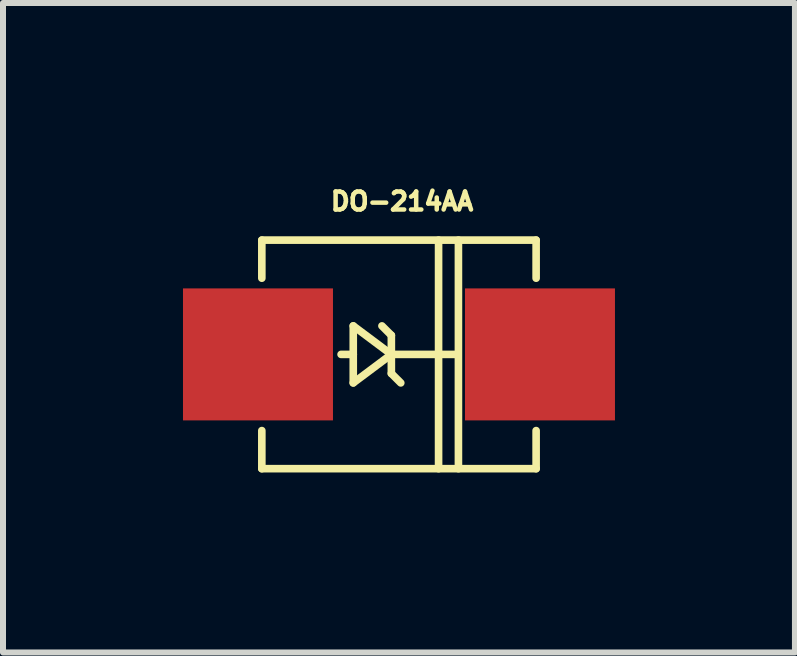
<source format=kicad_pcb>
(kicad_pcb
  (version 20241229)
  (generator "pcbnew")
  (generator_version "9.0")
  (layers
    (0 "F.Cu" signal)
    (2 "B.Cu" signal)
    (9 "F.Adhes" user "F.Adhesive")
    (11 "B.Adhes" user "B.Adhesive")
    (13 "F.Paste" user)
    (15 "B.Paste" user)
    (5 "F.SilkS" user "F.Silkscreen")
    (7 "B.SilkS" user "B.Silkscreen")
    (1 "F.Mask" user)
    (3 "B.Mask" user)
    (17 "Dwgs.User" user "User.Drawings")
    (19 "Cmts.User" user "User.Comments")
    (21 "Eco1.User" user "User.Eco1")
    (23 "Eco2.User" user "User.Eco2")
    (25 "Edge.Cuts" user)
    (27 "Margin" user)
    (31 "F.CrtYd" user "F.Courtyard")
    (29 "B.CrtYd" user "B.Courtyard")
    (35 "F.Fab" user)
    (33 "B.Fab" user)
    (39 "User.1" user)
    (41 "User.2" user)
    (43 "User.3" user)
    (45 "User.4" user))
  (footprint "DO-214AA"
    (layer "F.Cu")
    (at 3.6 2.857)
    (property "Reference" "DO-214AA" (at 0.051 -2.55 0) (layer "F.SilkS") (effects (font (size 0.3 0.3) (thickness 0.076))))
    (attr smd)
    (fp_line (start -2.286 -1.905) (end 2.286 -1.905) (stroke (width 0.127) (type solid)) (layer "F.SilkS"))
    (fp_line (start -2.286 -1.27) (end -2.286 -1.905) (stroke (width 0.127) (type solid)) (layer "F.SilkS"))
    (fp_line (start -2.286 1.27) (end -2.286 1.905) (stroke (width 0.127) (type solid)) (layer "F.SilkS"))
    (fp_line (start -2.286 1.905) (end 2.286 1.905) (stroke (width 0.127) (type solid)) (layer "F.SilkS"))
    (fp_line (start -0.762 -0.475) (end -0.762 0) (stroke (width 0.127) (type solid)) (layer "F.SilkS"))
    (fp_line (start -0.762 0) (end -0.965 0) (stroke (width 0.127) (type solid)) (layer "F.SilkS"))
    (fp_line (start -0.762 0) (end -0.762 0.475) (stroke (width 0.127) (type solid)) (layer "F.SilkS"))
    (fp_line (start -0.762 0.475) (end -0.127 0) (stroke (width 0.127) (type solid)) (layer "F.SilkS"))
    (fp_line (start -0.127 -0.318) (end -0.284 -0.475) (stroke (width 0.127) (type solid)) (layer "F.SilkS"))
    (fp_line (start -0.127 0) (end -0.762 -0.475) (stroke (width 0.127) (type solid)) (layer "F.SilkS"))
    (fp_line (start -0.127 0) (end -0.127 -0.318) (stroke (width 0.127) (type solid)) (layer "F.SilkS"))
    (fp_line (start -0.127 0) (end -0.127 0.318) (stroke (width 0.127) (type solid)) (layer "F.SilkS"))
    (fp_line (start -0.127 0) (end 0.983 0) (stroke (width 0.127) (type solid)) (layer "F.SilkS"))
    (fp_line (start -0.127 0.318) (end 0.03 0.475) (stroke (width 0.127) (type solid)) (layer "F.SilkS"))
    (fp_line (start 0.66 1.905) (end 0.66 -1.905) (stroke (width 0.127) (type solid)) (layer "F.SilkS"))
    (fp_line (start 0.991 1.905) (end 0.991 -1.905) (stroke (width 0.127) (type solid)) (layer "F.SilkS"))
    (fp_line (start 2.286 -1.905) (end 2.286 -1.27) (stroke (width 0.127) (type solid)) (layer "F.SilkS"))
    (fp_line (start 2.286 1.905) (end 2.286 1.27) (stroke (width 0.127) (type solid)) (layer "F.SilkS"))
    (pad "1" smd rect (at -2.35 0) (size 2.5 2.2) (layers "F.Cu" "F.Mask" "F.Paste"))
    (pad "2" smd rect (at 2.35 0) (size 2.5 2.2) (layers "F.Cu" "F.Mask" "F.Paste")))
  (gr_rect
    (start -3 -3)
    (end 10.2 7.825)
    (stroke (width 0.1) (type default))
    (fill no)
    (layer "Edge.Cuts")))
</source>
